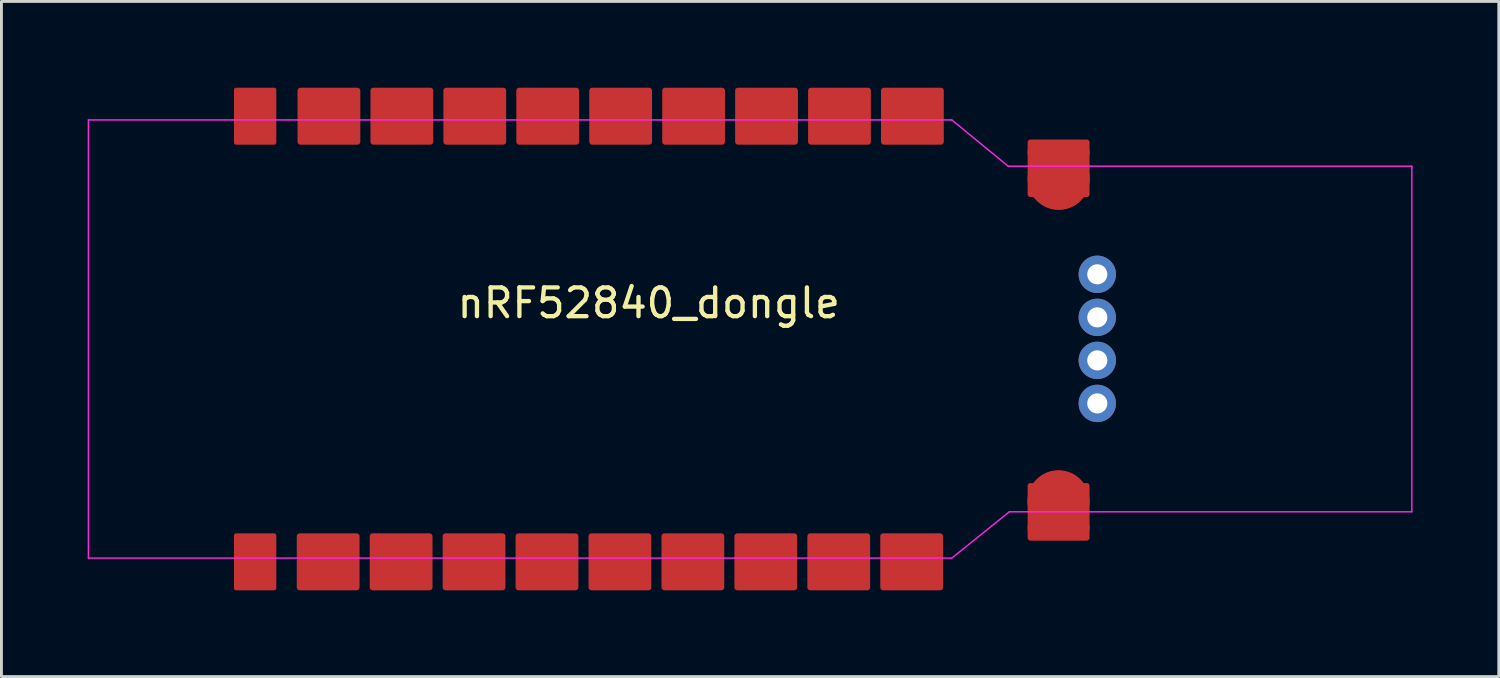
<source format=kicad_pcb>
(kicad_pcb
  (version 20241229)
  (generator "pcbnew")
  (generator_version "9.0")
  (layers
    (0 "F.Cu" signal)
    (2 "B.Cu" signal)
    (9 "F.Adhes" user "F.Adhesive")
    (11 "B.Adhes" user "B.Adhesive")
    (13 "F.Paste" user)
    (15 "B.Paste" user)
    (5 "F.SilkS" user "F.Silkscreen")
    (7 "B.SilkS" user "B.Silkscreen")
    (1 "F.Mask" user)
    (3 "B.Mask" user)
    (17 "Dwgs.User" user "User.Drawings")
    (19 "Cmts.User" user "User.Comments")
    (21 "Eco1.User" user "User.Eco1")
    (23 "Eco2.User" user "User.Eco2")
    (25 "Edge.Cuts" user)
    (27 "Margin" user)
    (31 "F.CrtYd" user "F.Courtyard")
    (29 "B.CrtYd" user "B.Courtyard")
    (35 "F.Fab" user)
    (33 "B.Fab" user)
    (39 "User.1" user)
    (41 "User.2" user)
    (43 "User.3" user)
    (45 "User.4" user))
  (footprint "nRF52840_dongle"
    (layer "F.Cu")
    (at 19.515 8.741)
    (property "Reference" "nRF52840_dongle" (at 0 -1.25 0) (unlocked yes) (layer "F.SilkS") (effects (font (size 1 1) (thickness 0.15))))
    (fp_poly (pts (xy 13.277 -6.438) (xy 15.231 -6.438) (xy 15.231 -6.839) (xy 13.277 -6.839) (xy 13.277 -6.438)) (stroke (width 0.2) (type solid)) (fill yes) (layer "F.Cu"))
    (fp_poly (pts (xy 13.277 -5.036) (xy 15.231 -5.036) (xy 15.231 -6.54) (xy 13.277 -6.54) (xy 13.277 -5.036)) (stroke (width 0.2) (type solid)) (fill yes) (layer "F.Cu"))
    (fp_poly (pts (xy 15.231 5.11) (xy 13.277 5.11) (xy 13.277 6.614) (xy 15.231 6.614) (xy 15.231 5.11)) (stroke (width 0.2) (type solid)) (fill yes) (layer "F.Cu"))
    (fp_poly (pts (xy 15.231 6.512) (xy 13.277 6.512) (xy 13.277 6.913) (xy 15.231 6.913) (xy 15.231 6.512)) (stroke (width 0.2) (type solid)) (fill yes) (layer "F.Cu"))
    (fp_poly (pts (xy 13.277 5.656) (xy 13.279 5.705) (xy 13.282 5.753) (xy 13.288 5.8) (xy 13.296 5.848) (xy 13.307 5.894) (xy 13.32 5.94) (xy 13.335 5.985) (xy 13.352 6.03) (xy 13.371 6.073) (xy 13.392 6.116) (xy 13.416 6.158) (xy 13.442 6.198) (xy 13.469 6.237) (xy 13.499 6.275) (xy 13.53 6.312) (xy 13.563 6.347) (xy 13.599 6.38) (xy 13.635 6.412) (xy 13.673 6.441) (xy 13.712 6.469) (xy 13.753 6.494) (xy 13.794 6.518) (xy 13.837 6.539) (xy 13.88 6.558) (xy 13.925 6.576) (xy 13.97 6.591) (xy 14.016 6.603) (xy 14.063 6.614) (xy 14.11 6.622) (xy 14.158 6.628) (xy 14.206 6.632) (xy 14.254 6.633) (xy 14.302 6.632) (xy 14.351 6.628) (xy 14.398 6.622) (xy 14.445 6.614) (xy 14.492 6.603) (xy 14.538 6.591) (xy 14.583 6.576) (xy 14.628 6.558) (xy 14.671 6.539) (xy 14.714 6.518) (xy 14.755 6.494) (xy 14.796 6.469) (xy 14.835 6.441) (xy 14.873 6.412) (xy 14.91 6.38) (xy 14.945 6.347) (xy 14.978 6.312) (xy 15.01 6.275) (xy 15.039 6.237) (xy 15.067 6.198) (xy 15.092 6.158) (xy 15.116 6.116) (xy 15.137 6.073) (xy 15.156 6.03) (xy 15.174 5.985) (xy 15.188 5.94) (xy 15.201 5.894) (xy 15.212 5.848) (xy 15.22 5.8) (xy 15.226 5.753) (xy 15.229 5.705) (xy 15.231 5.656) (xy 15.229 5.608) (xy 15.226 5.56) (xy 15.22 5.512) (xy 15.212 5.465) (xy 15.201 5.418) (xy 15.188 5.372) (xy 15.174 5.327) (xy 15.156 5.282) (xy 15.137 5.239) (xy 15.116 5.196) (xy 15.092 5.155) (xy 15.067 5.114) (xy 15.039 5.075) (xy 15.01 5.037) (xy 14.978 5.001) (xy 14.945 4.966) (xy 14.91 4.932) (xy 14.873 4.901) (xy 14.835 4.871) (xy 14.796 4.844) (xy 14.755 4.818) (xy 14.714 4.795) (xy 14.671 4.773) (xy 14.628 4.754) (xy 14.583 4.737) (xy 14.538 4.722) (xy 14.492 4.709) (xy 14.445 4.698) (xy 14.398 4.69) (xy 14.351 4.684) (xy 14.302 4.681) (xy 14.254 4.679) (xy 14.206 4.681) (xy 14.158 4.684) (xy 14.11 4.69) (xy 14.063 4.698) (xy 14.016 4.709) (xy 13.97 4.722) (xy 13.925 4.737) (xy 13.88 4.754) (xy 13.837 4.773) (xy 13.794 4.795) (xy 13.753 4.818) (xy 13.712 4.844) (xy 13.673 4.871) (xy 13.635 4.901) (xy 13.599 4.932) (xy 13.563 4.966) (xy 13.53 5.001) (xy 13.499 5.037) (xy 13.469 5.075) (xy 13.442 5.114) (xy 13.416 5.155) (xy 13.392 5.196) (xy 13.371 5.239) (xy 13.352 5.282) (xy 13.335 5.327) (xy 13.32 5.372) (xy 13.307 5.418) (xy 13.296 5.465) (xy 13.288 5.512) (xy 13.282 5.56) (xy 13.279 5.608) (xy 13.277 5.656)) (stroke (width 0.2) (type solid)) (fill yes) (layer "F.Cu"))
    (fp_poly (pts (xy 15.231 -5.582) (xy 15.23 -5.63) (xy 15.226 -5.679) (xy 15.22 -5.726) (xy 15.212 -5.773) (xy 15.201 -5.82) (xy 15.188 -5.866) (xy 15.174 -5.911) (xy 15.156 -5.956) (xy 15.137 -5.999) (xy 15.116 -6.042) (xy 15.092 -6.083) (xy 15.067 -6.124) (xy 15.039 -6.163) (xy 15.01 -6.201) (xy 14.978 -6.238) (xy 14.945 -6.273) (xy 14.91 -6.306) (xy 14.873 -6.338) (xy 14.835 -6.367) (xy 14.796 -6.395) (xy 14.755 -6.42) (xy 14.714 -6.444) (xy 14.671 -6.465) (xy 14.628 -6.484) (xy 14.583 -6.501) (xy 14.538 -6.516) (xy 14.492 -6.529) (xy 14.445 -6.54) (xy 14.398 -6.548) (xy 14.351 -6.554) (xy 14.303 -6.557) (xy 14.254 -6.559) (xy 14.206 -6.557) (xy 14.158 -6.554) (xy 14.11 -6.548) (xy 14.063 -6.54) (xy 14.016 -6.529) (xy 13.97 -6.516) (xy 13.925 -6.501) (xy 13.88 -6.484) (xy 13.837 -6.465) (xy 13.794 -6.444) (xy 13.753 -6.42) (xy 13.712 -6.395) (xy 13.673 -6.367) (xy 13.635 -6.337) (xy 13.599 -6.306) (xy 13.563 -6.273) (xy 13.53 -6.238) (xy 13.499 -6.201) (xy 13.469 -6.163) (xy 13.442 -6.124) (xy 13.416 -6.083) (xy 13.393 -6.042) (xy 13.371 -5.999) (xy 13.352 -5.956) (xy 13.335 -5.911) (xy 13.32 -5.866) (xy 13.307 -5.82) (xy 13.296 -5.773) (xy 13.288 -5.726) (xy 13.282 -5.679) (xy 13.279 -5.63) (xy 13.277 -5.582) (xy 13.279 -5.534) (xy 13.282 -5.486) (xy 13.288 -5.438) (xy 13.296 -5.391) (xy 13.307 -5.344) (xy 13.32 -5.298) (xy 13.335 -5.253) (xy 13.352 -5.208) (xy 13.371 -5.165) (xy 13.393 -5.122) (xy 13.416 -5.081) (xy 13.442 -5.04) (xy 13.469 -5.001) (xy 13.499 -4.963) (xy 13.53 -4.927) (xy 13.563 -4.891) (xy 13.599 -4.858) (xy 13.635 -4.827) (xy 13.673 -4.797) (xy 13.712 -4.769) (xy 13.753 -4.744) (xy 13.794 -4.72) (xy 13.837 -4.699) (xy 13.88 -4.68) (xy 13.925 -4.663) (xy 13.97 -4.648) (xy 14.016 -4.635) (xy 14.063 -4.624) (xy 14.11 -4.616) (xy 14.158 -4.61) (xy 14.206 -4.607) (xy 14.254 -4.605) (xy 14.303 -4.607) (xy 14.351 -4.61) (xy 14.398 -4.616) (xy 14.445 -4.624) (xy 14.492 -4.635) (xy 14.538 -4.648) (xy 14.583 -4.663) (xy 14.628 -4.68) (xy 14.671 -4.699) (xy 14.714 -4.72) (xy 14.755 -4.744) (xy 14.796 -4.769) (xy 14.835 -4.797) (xy 14.873 -4.827) (xy 14.91 -4.858) (xy 14.945 -4.891) (xy 14.978 -4.927) (xy 15.01 -4.963) (xy 15.039 -5.001) (xy 15.067 -5.04) (xy 15.092 -5.081) (xy 15.116 -5.122) (xy 15.137 -5.165) (xy 15.156 -5.208) (xy 15.174 -5.253) (xy 15.188 -5.298) (xy 15.201 -5.344) (xy 15.212 -5.391) (xy 15.22 -5.438) (xy 15.226 -5.486) (xy 15.23 -5.534) (xy 15.231 -5.582)) (stroke (width 0.2) (type solid)) (fill yes) (layer "F.Cu"))
    (fp_line (start -19.49 -7.62) (end -19.49 7.62) (stroke (width 0.05) (type solid)) (layer "F.CrtYd"))
    (fp_line (start -19.49 -7.62) (end 10.54 -7.62) (stroke (width 0.05) (type solid)) (layer "F.CrtYd"))
    (fp_line (start -19.49 7.62) (end 10.54 7.62) (stroke (width 0.05) (type solid)) (layer "F.CrtYd"))
    (fp_line (start 10.54 -7.62) (end 12.5 -6.01) (stroke (width 0.05) (type solid)) (layer "F.CrtYd"))
    (fp_line (start 12.5 -6.01) (end 26.54 -6.01) (stroke (width 0.05) (type solid)) (layer "F.CrtYd"))
    (fp_line (start 12.54 6.01) (end 10.54 7.62) (stroke (width 0.05) (type solid)) (layer "F.CrtYd"))
    (fp_line (start 12.54 6.01) (end 26.54 6.01) (stroke (width 0.05) (type solid)) (layer "F.CrtYd"))
    (fp_line (start 26.54 -6.01) (end 26.54 6.01) (stroke (width 0.05) (type solid)) (layer "F.CrtYd"))
    (pad "1" smd circle (at 14.26 -5.566) (size 2.15 2.15) (layers "F.Cu" "F.Mask" "F.Paste"))
    (pad "2" smd roundrect (at 9.169 -7.75) (size 2.184 1.981) (layers "F.Cu" "F.Mask" "F.Paste") (roundrect_rratio 0.05))
    (pad "3" smd roundrect (at 6.633 -7.75) (size 2.184 1.981) (layers "F.Cu" "F.Mask" "F.Paste") (roundrect_rratio 0.05))
    (pad "4" smd roundrect (at 4.096 -7.75) (size 2.184 1.981) (layers "F.Cu" "F.Mask" "F.Paste") (roundrect_rratio 0.05))
    (pad "5" smd roundrect (at 1.559 -7.75) (size 2.184 1.981) (layers "F.Cu" "F.Mask" "F.Paste") (roundrect_rratio 0.05))
    (pad "6" smd roundrect (at -0.978 -7.75) (size 2.184 1.981) (layers "F.Cu" "F.Mask" "F.Paste") (roundrect_rratio 0.05))
    (pad "7" smd roundrect (at -3.515 -7.75) (size 2.184 1.981) (layers "F.Cu" "F.Mask" "F.Paste") (roundrect_rratio 0.05))
    (pad "8" smd roundrect (at -6.052 -7.75) (size 2.184 1.981) (layers "F.Cu" "F.Mask" "F.Paste") (roundrect_rratio 0.05))
    (pad "9" smd roundrect (at -8.588 -7.75) (size 2.184 1.981) (layers "F.Cu" "F.Mask" "F.Paste") (roundrect_rratio 0.05))
    (pad "10" smd roundrect (at -11.125 -7.75) (size 2.184 1.981) (layers "F.Cu" "F.Mask" "F.Paste") (roundrect_rratio 0.05))
    (pad "11" smd roundrect (at -13.691 -7.75) (size 1.473 1.981) (layers "F.Cu" "F.Mask" "F.Paste") (roundrect_rratio 0.05))
    (pad "12" smd roundrect (at -13.691 7.75) (size 1.473 1.981) (layers "F.Cu" "F.Mask" "F.Paste") (roundrect_rratio 0.05))
    (pad "13" smd roundrect (at -11.151 7.75) (size 2.184 1.981) (layers "F.Cu" "F.Mask" "F.Paste") (roundrect_rratio 0.05))
    (pad "14" smd roundrect (at -8.614 7.75) (size 2.184 1.981) (layers "F.Cu" "F.Mask" "F.Paste") (roundrect_rratio 0.05))
    (pad "15" smd roundrect (at -6.077 7.75) (size 2.184 1.981) (layers "F.Cu" "F.Mask" "F.Paste") (roundrect_rratio 0.05))
    (pad "16" smd roundrect (at -3.54 7.75) (size 2.184 1.981) (layers "F.Cu" "F.Mask" "F.Paste") (roundrect_rratio 0.05))
    (pad "17" smd roundrect (at -1.003 7.75) (size 2.184 1.981) (layers "F.Cu" "F.Mask" "F.Paste") (roundrect_rratio 0.05))
    (pad "18" smd roundrect (at 1.534 7.75) (size 2.184 1.981) (layers "F.Cu" "F.Mask" "F.Paste") (roundrect_rratio 0.05))
    (pad "19" smd roundrect (at 4.07 7.75) (size 2.184 1.981) (layers "F.Cu" "F.Mask" "F.Paste") (roundrect_rratio 0.05))
    (pad "20" smd roundrect (at 6.607 7.75) (size 2.184 1.981) (layers "F.Cu" "F.Mask" "F.Paste") (roundrect_rratio 0.05))
    (pad "21" smd roundrect (at 9.144 7.75) (size 2.184 1.981) (layers "F.Cu" "F.Mask" "F.Paste") (roundrect_rratio 0.05))
    (pad "22" smd circle (at 14.248 5.64 180) (size 2.15 2.15) (layers "F.Cu" "F.Mask" "F.Paste"))
    (pad "23" thru_hole circle (at 15.6 2.24) (size 1.3 1.3) (drill 0.7) (layers "*.Cu" "*.Mask"))
    (pad "24" thru_hole circle (at 15.6 0.743) (size 1.3 1.3) (drill 0.7) (layers "*.Cu" "*.Mask"))
    (pad "25" thru_hole circle (at 15.6 -0.753) (size 1.3 1.3) (drill 0.7) (layers "*.Cu" "*.Mask"))
    (pad "26" thru_hole circle (at 15.6 -2.25) (size 1.3 1.3) (drill 0.7) (layers "*.Cu" "*.Mask")))
  (gr_rect
    (start -3 -3)
    (end 49.08 20.481)
    (stroke (width 0.1) (type default))
    (fill no)
    (layer "Edge.Cuts")))
</source>
